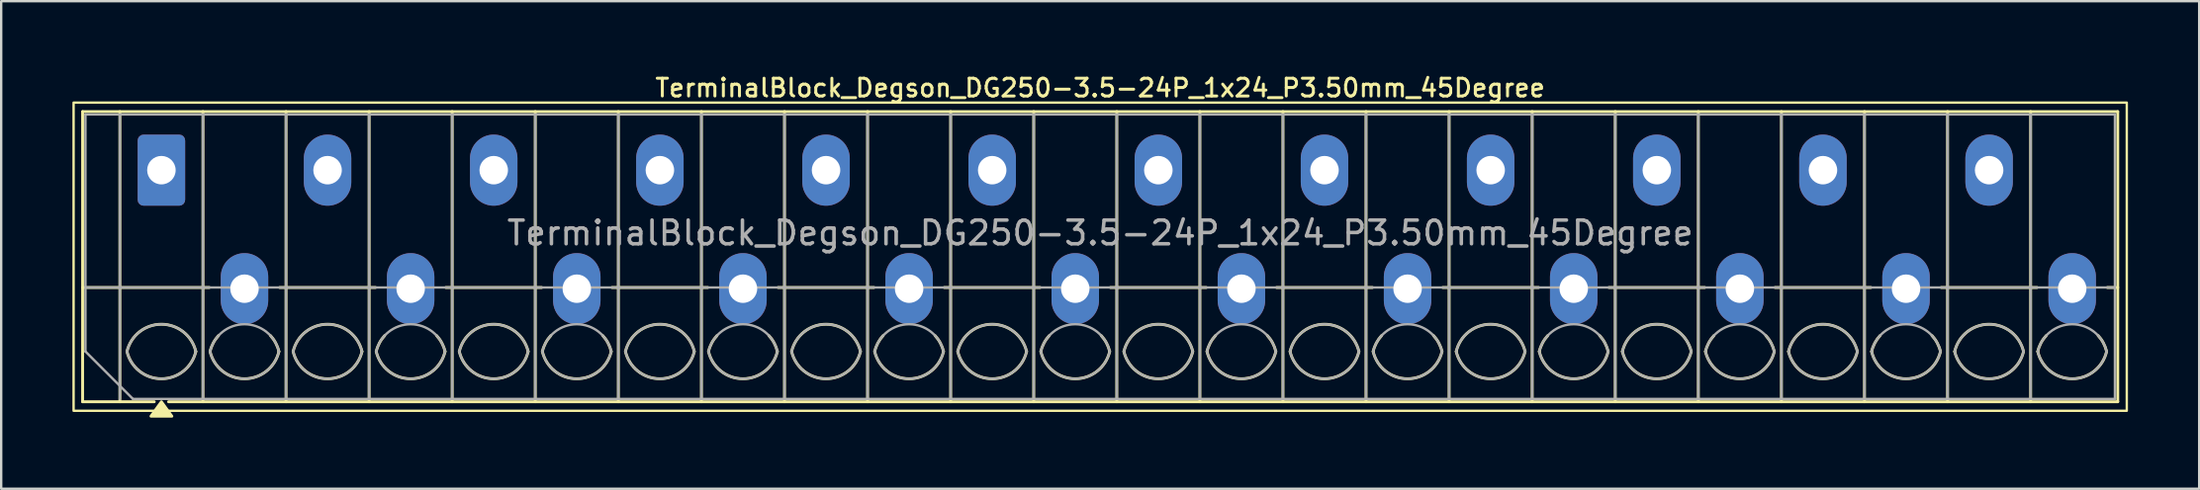
<source format=kicad_pcb>
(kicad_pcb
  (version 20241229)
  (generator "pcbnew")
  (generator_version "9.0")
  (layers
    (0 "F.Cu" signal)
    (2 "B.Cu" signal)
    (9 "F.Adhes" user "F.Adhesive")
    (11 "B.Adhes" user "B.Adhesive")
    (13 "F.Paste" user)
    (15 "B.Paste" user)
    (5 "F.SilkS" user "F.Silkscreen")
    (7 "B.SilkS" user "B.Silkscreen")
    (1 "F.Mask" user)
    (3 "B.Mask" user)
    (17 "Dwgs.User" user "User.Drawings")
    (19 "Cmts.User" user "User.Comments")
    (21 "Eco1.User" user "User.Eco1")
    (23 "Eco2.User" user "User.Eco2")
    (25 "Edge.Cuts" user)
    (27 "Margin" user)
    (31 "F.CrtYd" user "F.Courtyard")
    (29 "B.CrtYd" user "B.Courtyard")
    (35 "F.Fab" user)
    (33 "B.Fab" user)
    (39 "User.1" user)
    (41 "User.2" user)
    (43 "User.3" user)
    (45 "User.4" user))
  (footprint "TerminalBlock_Degson_DG250-3.5-24P_1x24_P3.50mm_45Degree"
    (layer "F.Cu")
    (at 3.75 4.128)
    (property "Reference" "TerminalBlock_Degson_DG250-3.5-24P_1x24_P3.50mm_45Degree" (at 39.55 -3.47 0) (layer "F.SilkS") (effects (font (size 0.75 0.75) (thickness 0.125))))
    (attr through_hole)
    (fp_line (start -3.32 -2.47) (end 82.42 -2.47) (stroke (width 0.12) (type solid)) (layer "F.SilkS"))
    (fp_line (start -3.32 4.95) (end 2.02 4.95) (stroke (width 0.12) (type solid)) (layer "F.SilkS"))
    (fp_line (start -3.32 9.77) (end -3.32 -2.47) (stroke (width 0.12) (type solid)) (layer "F.SilkS"))
    (fp_line (start -1.75 -2.47) (end -1.75 9.77) (stroke (width 0.12) (type solid)) (layer "F.SilkS"))
    (fp_line (start -0.3 9.77) (end -3.32 9.77) (stroke (width 0.12) (type solid)) (layer "F.SilkS"))
    (fp_line (start 1.75 -2.47) (end 1.75 9.77) (stroke (width 0.12) (type solid)) (layer "F.SilkS"))
    (fp_line (start 4.98 4.95) (end 9.02 4.95) (stroke (width 0.12) (type solid)) (layer "F.SilkS"))
    (fp_line (start 5.25 -2.47) (end 5.25 9.77) (stroke (width 0.12) (type solid)) (layer "F.SilkS"))
    (fp_line (start 8.75 -2.47) (end 8.75 9.77) (stroke (width 0.12) (type solid)) (layer "F.SilkS"))
    (fp_line (start 11.98 4.95) (end 16.02 4.95) (stroke (width 0.12) (type solid)) (layer "F.SilkS"))
    (fp_line (start 12.25 -2.47) (end 12.25 9.77) (stroke (width 0.12) (type solid)) (layer "F.SilkS"))
    (fp_line (start 15.75 -2.47) (end 15.75 9.77) (stroke (width 0.12) (type solid)) (layer "F.SilkS"))
    (fp_line (start 18.98 4.95) (end 23.02 4.95) (stroke (width 0.12) (type solid)) (layer "F.SilkS"))
    (fp_line (start 19.25 -2.47) (end 19.25 9.77) (stroke (width 0.12) (type solid)) (layer "F.SilkS"))
    (fp_line (start 22.75 -2.47) (end 22.75 9.77) (stroke (width 0.12) (type solid)) (layer "F.SilkS"))
    (fp_line (start 25.98 4.95) (end 30.02 4.95) (stroke (width 0.12) (type solid)) (layer "F.SilkS"))
    (fp_line (start 26.25 -2.47) (end 26.25 9.77) (stroke (width 0.12) (type solid)) (layer "F.SilkS"))
    (fp_line (start 29.75 -2.47) (end 29.75 9.77) (stroke (width 0.12) (type solid)) (layer "F.SilkS"))
    (fp_line (start 32.98 4.95) (end 37.02 4.95) (stroke (width 0.12) (type solid)) (layer "F.SilkS"))
    (fp_line (start 33.25 -2.47) (end 33.25 9.77) (stroke (width 0.12) (type solid)) (layer "F.SilkS"))
    (fp_line (start 36.75 -2.47) (end 36.75 9.77) (stroke (width 0.12) (type solid)) (layer "F.SilkS"))
    (fp_line (start 39.98 4.95) (end 44.02 4.95) (stroke (width 0.12) (type solid)) (layer "F.SilkS"))
    (fp_line (start 40.25 -2.47) (end 40.25 9.77) (stroke (width 0.12) (type solid)) (layer "F.SilkS"))
    (fp_line (start 43.75 -2.47) (end 43.75 9.77) (stroke (width 0.12) (type solid)) (layer "F.SilkS"))
    (fp_line (start 46.98 4.95) (end 51.02 4.95) (stroke (width 0.12) (type solid)) (layer "F.SilkS"))
    (fp_line (start 47.25 -2.47) (end 47.25 9.77) (stroke (width 0.12) (type solid)) (layer "F.SilkS"))
    (fp_line (start 50.75 -2.47) (end 50.75 9.77) (stroke (width 0.12) (type solid)) (layer "F.SilkS"))
    (fp_line (start 53.98 4.95) (end 58.02 4.95) (stroke (width 0.12) (type solid)) (layer "F.SilkS"))
    (fp_line (start 54.25 -2.47) (end 54.25 9.77) (stroke (width 0.12) (type solid)) (layer "F.SilkS"))
    (fp_line (start 57.75 -2.47) (end 57.75 9.77) (stroke (width 0.12) (type solid)) (layer "F.SilkS"))
    (fp_line (start 60.98 4.95) (end 65.02 4.95) (stroke (width 0.12) (type solid)) (layer "F.SilkS"))
    (fp_line (start 61.25 -2.47) (end 61.25 9.77) (stroke (width 0.12) (type solid)) (layer "F.SilkS"))
    (fp_line (start 64.75 -2.47) (end 64.75 9.77) (stroke (width 0.12) (type solid)) (layer "F.SilkS"))
    (fp_line (start 67.98 4.95) (end 72.02 4.95) (stroke (width 0.12) (type solid)) (layer "F.SilkS"))
    (fp_line (start 68.25 -2.47) (end 68.25 9.77) (stroke (width 0.12) (type solid)) (layer "F.SilkS"))
    (fp_line (start 71.75 -2.47) (end 71.75 9.77) (stroke (width 0.12) (type solid)) (layer "F.SilkS"))
    (fp_line (start 74.98 4.95) (end 79.02 4.95) (stroke (width 0.12) (type solid)) (layer "F.SilkS"))
    (fp_line (start 75.25 -2.47) (end 75.25 9.77) (stroke (width 0.12) (type solid)) (layer "F.SilkS"))
    (fp_line (start 78.75 -2.47) (end 78.75 9.77) (stroke (width 0.12) (type solid)) (layer "F.SilkS"))
    (fp_line (start 81.98 4.95) (end 82.42 4.95) (stroke (width 0.12) (type solid)) (layer "F.SilkS"))
    (fp_line (start 82.42 -2.47) (end 82.42 9.77) (stroke (width 0.12) (type solid)) (layer "F.SilkS"))
    (fp_line (start 82.42 9.77) (end 0.3 9.77) (stroke (width 0.12) (type solid)) (layer "F.SilkS"))
    (fp_rect (start -3.7 -2.85) (end 82.8 10.15) (stroke (width 0.1) (type solid)) (fill no) (layer "F.SilkS"))
    (fp_arc (start -1.45 7.65) (mid 0 6.5) (end 1.45 7.65) (stroke (width 0.12) (type solid)) (layer "F.SilkS"))
    (fp_arc (start 1.45 7.65) (mid 0 8.8) (end -1.45 7.65) (stroke (width 0.12) (type solid)) (layer "F.SilkS"))
    (fp_arc (start 2.05 7.65) (mid 2.18402 7.291962) (end 2.405 6.98) (stroke (width 0.12) (type solid)) (layer "F.SilkS"))
    (fp_arc (start 4.595 6.98) (mid 4.81598 7.291962) (end 4.95 7.65) (stroke (width 0.12) (type solid)) (layer "F.SilkS"))
    (fp_arc (start 4.95 7.65) (mid 3.5 8.8) (end 2.05 7.65) (stroke (width 0.12) (type solid)) (layer "F.SilkS"))
    (fp_arc (start 5.55 7.65) (mid 7 6.5) (end 8.45 7.65) (stroke (width 0.12) (type solid)) (layer "F.SilkS"))
    (fp_arc (start 8.45 7.65) (mid 7 8.8) (end 5.55 7.65) (stroke (width 0.12) (type solid)) (layer "F.SilkS"))
    (fp_arc (start 9.05 7.65) (mid 9.18402 7.291962) (end 9.405 6.98) (stroke (width 0.12) (type solid)) (layer "F.SilkS"))
    (fp_arc (start 11.595 6.98) (mid 11.81598 7.291962) (end 11.95 7.65) (stroke (width 0.12) (type solid)) (layer "F.SilkS"))
    (fp_arc (start 11.95 7.65) (mid 10.5 8.8) (end 9.05 7.65) (stroke (width 0.12) (type solid)) (layer "F.SilkS"))
    (fp_arc (start 12.55 7.65) (mid 14 6.5) (end 15.45 7.65) (stroke (width 0.12) (type solid)) (layer "F.SilkS"))
    (fp_arc (start 15.45 7.65) (mid 14 8.8) (end 12.55 7.65) (stroke (width 0.12) (type solid)) (layer "F.SilkS"))
    (fp_arc (start 16.05 7.65) (mid 16.18402 7.291962) (end 16.405 6.98) (stroke (width 0.12) (type solid)) (layer "F.SilkS"))
    (fp_arc (start 18.595 6.98) (mid 18.81598 7.291962) (end 18.95 7.65) (stroke (width 0.12) (type solid)) (layer "F.SilkS"))
    (fp_arc (start 18.95 7.65) (mid 17.5 8.8) (end 16.05 7.65) (stroke (width 0.12) (type solid)) (layer "F.SilkS"))
    (fp_arc (start 19.55 7.65) (mid 21 6.5) (end 22.45 7.65) (stroke (width 0.12) (type solid)) (layer "F.SilkS"))
    (fp_arc (start 22.45 7.65) (mid 21 8.8) (end 19.55 7.65) (stroke (width 0.12) (type solid)) (layer "F.SilkS"))
    (fp_arc (start 23.05 7.65) (mid 23.18402 7.291962) (end 23.405 6.98) (stroke (width 0.12) (type solid)) (layer "F.SilkS"))
    (fp_arc (start 25.595 6.98) (mid 25.81598 7.291962) (end 25.95 7.65) (stroke (width 0.12) (type solid)) (layer "F.SilkS"))
    (fp_arc (start 25.95 7.65) (mid 24.5 8.8) (end 23.05 7.65) (stroke (width 0.12) (type solid)) (layer "F.SilkS"))
    (fp_arc (start 26.55 7.65) (mid 28 6.5) (end 29.45 7.65) (stroke (width 0.12) (type solid)) (layer "F.SilkS"))
    (fp_arc (start 29.45 7.65) (mid 28 8.8) (end 26.55 7.65) (stroke (width 0.12) (type solid)) (layer "F.SilkS"))
    (fp_arc (start 30.05 7.65) (mid 30.18402 7.291962) (end 30.405 6.98) (stroke (width 0.12) (type solid)) (layer "F.SilkS"))
    (fp_arc (start 32.595 6.98) (mid 32.81598 7.291962) (end 32.95 7.65) (stroke (width 0.12) (type solid)) (layer "F.SilkS"))
    (fp_arc (start 32.95 7.65) (mid 31.5 8.8) (end 30.05 7.65) (stroke (width 0.12) (type solid)) (layer "F.SilkS"))
    (fp_arc (start 33.55 7.65) (mid 35 6.5) (end 36.45 7.65) (stroke (width 0.12) (type solid)) (layer "F.SilkS"))
    (fp_arc (start 36.45 7.65) (mid 35 8.8) (end 33.55 7.65) (stroke (width 0.12) (type solid)) (layer "F.SilkS"))
    (fp_arc (start 37.05 7.65) (mid 37.18402 7.291962) (end 37.405 6.98) (stroke (width 0.12) (type solid)) (layer "F.SilkS"))
    (fp_arc (start 39.595 6.98) (mid 39.81598 7.291962) (end 39.95 7.65) (stroke (width 0.12) (type solid)) (layer "F.SilkS"))
    (fp_arc (start 39.95 7.65) (mid 38.5 8.8) (end 37.05 7.65) (stroke (width 0.12) (type solid)) (layer "F.SilkS"))
    (fp_arc (start 40.55 7.65) (mid 42 6.5) (end 43.45 7.65) (stroke (width 0.12) (type solid)) (layer "F.SilkS"))
    (fp_arc (start 43.45 7.65) (mid 42 8.8) (end 40.55 7.65) (stroke (width 0.12) (type solid)) (layer "F.SilkS"))
    (fp_arc (start 44.05 7.65) (mid 44.18402 7.291962) (end 44.405 6.98) (stroke (width 0.12) (type solid)) (layer "F.SilkS"))
    (fp_arc (start 46.595 6.98) (mid 46.81598 7.291962) (end 46.95 7.65) (stroke (width 0.12) (type solid)) (layer "F.SilkS"))
    (fp_arc (start 46.95 7.65) (mid 45.5 8.8) (end 44.05 7.65) (stroke (width 0.12) (type solid)) (layer "F.SilkS"))
    (fp_arc (start 47.55 7.65) (mid 49 6.5) (end 50.45 7.65) (stroke (width 0.12) (type solid)) (layer "F.SilkS"))
    (fp_arc (start 50.45 7.65) (mid 49 8.8) (end 47.55 7.65) (stroke (width 0.12) (type solid)) (layer "F.SilkS"))
    (fp_arc (start 51.05 7.65) (mid 51.18402 7.291962) (end 51.405 6.98) (stroke (width 0.12) (type solid)) (layer "F.SilkS"))
    (fp_arc (start 53.595 6.98) (mid 53.81598 7.291962) (end 53.95 7.65) (stroke (width 0.12) (type solid)) (layer "F.SilkS"))
    (fp_arc (start 53.95 7.65) (mid 52.5 8.8) (end 51.05 7.65) (stroke (width 0.12) (type solid)) (layer "F.SilkS"))
    (fp_arc (start 54.55 7.65) (mid 56 6.5) (end 57.45 7.65) (stroke (width 0.12) (type solid)) (layer "F.SilkS"))
    (fp_arc (start 57.45 7.65) (mid 56 8.8) (end 54.55 7.65) (stroke (width 0.12) (type solid)) (layer "F.SilkS"))
    (fp_arc (start 58.05 7.65) (mid 58.18402 7.291962) (end 58.405 6.98) (stroke (width 0.12) (type solid)) (layer "F.SilkS"))
    (fp_arc (start 60.595 6.98) (mid 60.81598 7.291962) (end 60.95 7.65) (stroke (width 0.12) (type solid)) (layer "F.SilkS"))
    (fp_arc (start 60.95 7.65) (mid 59.5 8.8) (end 58.05 7.65) (stroke (width 0.12) (type solid)) (layer "F.SilkS"))
    (fp_arc (start 61.55 7.65) (mid 63 6.5) (end 64.45 7.65) (stroke (width 0.12) (type solid)) (layer "F.SilkS"))
    (fp_arc (start 64.45 7.65) (mid 63 8.8) (end 61.55 7.65) (stroke (width 0.12) (type solid)) (layer "F.SilkS"))
    (fp_arc (start 65.05 7.65) (mid 65.18402 7.291962) (end 65.405 6.98) (stroke (width 0.12) (type solid)) (layer "F.SilkS"))
    (fp_arc (start 67.595 6.98) (mid 67.81598 7.291962) (end 67.95 7.65) (stroke (width 0.12) (type solid)) (layer "F.SilkS"))
    (fp_arc (start 67.95 7.65) (mid 66.5 8.8) (end 65.05 7.65) (stroke (width 0.12) (type solid)) (layer "F.SilkS"))
    (fp_arc (start 68.55 7.65) (mid 70 6.5) (end 71.45 7.65) (stroke (width 0.12) (type solid)) (layer "F.SilkS"))
    (fp_arc (start 71.45 7.65) (mid 70 8.8) (end 68.55 7.65) (stroke (width 0.12) (type solid)) (layer "F.SilkS"))
    (fp_arc (start 72.05 7.65) (mid 72.18402 7.291962) (end 72.405 6.98) (stroke (width 0.12) (type solid)) (layer "F.SilkS"))
    (fp_arc (start 74.595 6.98) (mid 74.81598 7.291962) (end 74.95 7.65) (stroke (width 0.12) (type solid)) (layer "F.SilkS"))
    (fp_arc (start 74.95 7.65) (mid 73.5 8.8) (end 72.05 7.65) (stroke (width 0.12) (type solid)) (layer "F.SilkS"))
    (fp_arc (start 75.55 7.65) (mid 77 6.5) (end 78.45 7.65) (stroke (width 0.12) (type solid)) (layer "F.SilkS"))
    (fp_arc (start 78.45 7.65) (mid 77 8.8) (end 75.55 7.65) (stroke (width 0.12) (type solid)) (layer "F.SilkS"))
    (fp_arc (start 79.05 7.65) (mid 79.18402 7.291962) (end 79.405 6.98) (stroke (width 0.12) (type solid)) (layer "F.SilkS"))
    (fp_arc (start 81.595 6.98) (mid 81.81598 7.291962) (end 81.95 7.65) (stroke (width 0.12) (type solid)) (layer "F.SilkS"))
    (fp_arc (start 81.95 7.65) (mid 80.5 8.8) (end 79.05 7.65) (stroke (width 0.12) (type solid)) (layer "F.SilkS"))
    (fp_poly (pts (xy 0 9.77) (xy 0.44 10.38) (xy -0.44 10.38)) (stroke (width 0.12) (type solid)) (fill yes) (layer "F.SilkS"))
    (fp_line (start -3.2 -2.35) (end 82.3 -2.35) (stroke (width 0.1) (type solid)) (layer "F.Fab"))
    (fp_line (start -3.2 4.95) (end 82.3 4.95) (stroke (width 0.1) (type solid)) (layer "F.Fab"))
    (fp_line (start -3.2 7.65) (end -3.2 -2.35) (stroke (width 0.1) (type solid)) (layer "F.Fab"))
    (fp_line (start -1.75 -2.35) (end -1.75 9.65) (stroke (width 0.1) (type solid)) (layer "F.Fab"))
    (fp_line (start -1.2 9.65) (end -3.2 7.65) (stroke (width 0.1) (type solid)) (layer "F.Fab"))
    (fp_line (start 1.75 -2.35) (end 1.75 9.65) (stroke (width 0.1) (type solid)) (layer "F.Fab"))
    (fp_line (start 5.25 -2.35) (end 5.25 9.65) (stroke (width 0.1) (type solid)) (layer "F.Fab"))
    (fp_line (start 8.75 -2.35) (end 8.75 9.65) (stroke (width 0.1) (type solid)) (layer "F.Fab"))
    (fp_line (start 12.25 -2.35) (end 12.25 9.65) (stroke (width 0.1) (type solid)) (layer "F.Fab"))
    (fp_line (start 15.75 -2.35) (end 15.75 9.65) (stroke (width 0.1) (type solid)) (layer "F.Fab"))
    (fp_line (start 19.25 -2.35) (end 19.25 9.65) (stroke (width 0.1) (type solid)) (layer "F.Fab"))
    (fp_line (start 22.75 -2.35) (end 22.75 9.65) (stroke (width 0.1) (type solid)) (layer "F.Fab"))
    (fp_line (start 26.25 -2.35) (end 26.25 9.65) (stroke (width 0.1) (type solid)) (layer "F.Fab"))
    (fp_line (start 29.75 -2.35) (end 29.75 9.65) (stroke (width 0.1) (type solid)) (layer "F.Fab"))
    (fp_line (start 33.25 -2.35) (end 33.25 9.65) (stroke (width 0.1) (type solid)) (layer "F.Fab"))
    (fp_line (start 36.75 -2.35) (end 36.75 9.65) (stroke (width 0.1) (type solid)) (layer "F.Fab"))
    (fp_line (start 40.25 -2.35) (end 40.25 9.65) (stroke (width 0.1) (type solid)) (layer "F.Fab"))
    (fp_line (start 43.75 -2.35) (end 43.75 9.65) (stroke (width 0.1) (type solid)) (layer "F.Fab"))
    (fp_line (start 47.25 -2.35) (end 47.25 9.65) (stroke (width 0.1) (type solid)) (layer "F.Fab"))
    (fp_line (start 50.75 -2.35) (end 50.75 9.65) (stroke (width 0.1) (type solid)) (layer "F.Fab"))
    (fp_line (start 54.25 -2.35) (end 54.25 9.65) (stroke (width 0.1) (type solid)) (layer "F.Fab"))
    (fp_line (start 57.75 -2.35) (end 57.75 9.65) (stroke (width 0.1) (type solid)) (layer "F.Fab"))
    (fp_line (start 61.25 -2.35) (end 61.25 9.65) (stroke (width 0.1) (type solid)) (layer "F.Fab"))
    (fp_line (start 64.75 -2.35) (end 64.75 9.65) (stroke (width 0.1) (type solid)) (layer "F.Fab"))
    (fp_line (start 68.25 -2.35) (end 68.25 9.65) (stroke (width 0.1) (type solid)) (layer "F.Fab"))
    (fp_line (start 71.75 -2.35) (end 71.75 9.65) (stroke (width 0.1) (type solid)) (layer "F.Fab"))
    (fp_line (start 75.25 -2.35) (end 75.25 9.65) (stroke (width 0.1) (type solid)) (layer "F.Fab"))
    (fp_line (start 78.75 -2.35) (end 78.75 9.65) (stroke (width 0.1) (type solid)) (layer "F.Fab"))
    (fp_line (start 82.3 -2.35) (end 82.3 9.65) (stroke (width 0.1) (type solid)) (layer "F.Fab"))
    (fp_line (start 82.3 9.65) (end -1.2 9.65) (stroke (width 0.1) (type solid)) (layer "F.Fab"))
    (fp_arc (start -1.45 7.65) (mid 0 6.5) (end 1.45 7.65) (stroke (width 0.1) (type solid)) (layer "F.Fab"))
    (fp_arc (start 1.45 7.65) (mid 0 8.8) (end -1.45 7.65) (stroke (width 0.1) (type solid)) (layer "F.Fab"))
    (fp_arc (start 2.05 7.65) (mid 3.5 6.5) (end 4.95 7.65) (stroke (width 0.1) (type solid)) (layer "F.Fab"))
    (fp_arc (start 4.95 7.65) (mid 3.5 8.8) (end 2.05 7.65) (stroke (width 0.1) (type solid)) (layer "F.Fab"))
    (fp_arc (start 5.55 7.65) (mid 7 6.5) (end 8.45 7.65) (stroke (width 0.1) (type solid)) (layer "F.Fab"))
    (fp_arc (start 8.45 7.65) (mid 7 8.8) (end 5.55 7.65) (stroke (width 0.1) (type solid)) (layer "F.Fab"))
    (fp_arc (start 9.05 7.65) (mid 10.5 6.5) (end 11.95 7.65) (stroke (width 0.1) (type solid)) (layer "F.Fab"))
    (fp_arc (start 11.95 7.65) (mid 10.5 8.8) (end 9.05 7.65) (stroke (width 0.1) (type solid)) (layer "F.Fab"))
    (fp_arc (start 12.55 7.65) (mid 14 6.5) (end 15.45 7.65) (stroke (width 0.1) (type solid)) (layer "F.Fab"))
    (fp_arc (start 15.45 7.65) (mid 14 8.8) (end 12.55 7.65) (stroke (width 0.1) (type solid)) (layer "F.Fab"))
    (fp_arc (start 16.05 7.65) (mid 17.5 6.5) (end 18.95 7.65) (stroke (width 0.1) (type solid)) (layer "F.Fab"))
    (fp_arc (start 18.95 7.65) (mid 17.5 8.8) (end 16.05 7.65) (stroke (width 0.1) (type solid)) (layer "F.Fab"))
    (fp_arc (start 19.55 7.65) (mid 21 6.5) (end 22.45 7.65) (stroke (width 0.1) (type solid)) (layer "F.Fab"))
    (fp_arc (start 22.45 7.65) (mid 21 8.8) (end 19.55 7.65) (stroke (width 0.1) (type solid)) (layer "F.Fab"))
    (fp_arc (start 23.05 7.65) (mid 24.5 6.5) (end 25.95 7.65) (stroke (width 0.1) (type solid)) (layer "F.Fab"))
    (fp_arc (start 25.95 7.65) (mid 24.5 8.8) (end 23.05 7.65) (stroke (width 0.1) (type solid)) (layer "F.Fab"))
    (fp_arc (start 26.55 7.65) (mid 28 6.5) (end 29.45 7.65) (stroke (width 0.1) (type solid)) (layer "F.Fab"))
    (fp_arc (start 29.45 7.65) (mid 28 8.8) (end 26.55 7.65) (stroke (width 0.1) (type solid)) (layer "F.Fab"))
    (fp_arc (start 30.05 7.65) (mid 31.5 6.5) (end 32.95 7.65) (stroke (width 0.1) (type solid)) (layer "F.Fab"))
    (fp_arc (start 32.95 7.65) (mid 31.5 8.8) (end 30.05 7.65) (stroke (width 0.1) (type solid)) (layer "F.Fab"))
    (fp_arc (start 33.55 7.65) (mid 35 6.5) (end 36.45 7.65) (stroke (width 0.1) (type solid)) (layer "F.Fab"))
    (fp_arc (start 36.45 7.65) (mid 35 8.8) (end 33.55 7.65) (stroke (width 0.1) (type solid)) (layer "F.Fab"))
    (fp_arc (start 37.05 7.65) (mid 38.5 6.5) (end 39.95 7.65) (stroke (width 0.1) (type solid)) (layer "F.Fab"))
    (fp_arc (start 39.95 7.65) (mid 38.5 8.8) (end 37.05 7.65) (stroke (width 0.1) (type solid)) (layer "F.Fab"))
    (fp_arc (start 40.55 7.65) (mid 42 6.5) (end 43.45 7.65) (stroke (width 0.1) (type solid)) (layer "F.Fab"))
    (fp_arc (start 43.45 7.65) (mid 42 8.8) (end 40.55 7.65) (stroke (width 0.1) (type solid)) (layer "F.Fab"))
    (fp_arc (start 44.05 7.65) (mid 45.5 6.5) (end 46.95 7.65) (stroke (width 0.1) (type solid)) (layer "F.Fab"))
    (fp_arc (start 46.95 7.65) (mid 45.5 8.8) (end 44.05 7.65) (stroke (width 0.1) (type solid)) (layer "F.Fab"))
    (fp_arc (start 47.55 7.65) (mid 49 6.5) (end 50.45 7.65) (stroke (width 0.1) (type solid)) (layer "F.Fab"))
    (fp_arc (start 50.45 7.65) (mid 49 8.8) (end 47.55 7.65) (stroke (width 0.1) (type solid)) (layer "F.Fab"))
    (fp_arc (start 51.05 7.65) (mid 52.5 6.5) (end 53.95 7.65) (stroke (width 0.1) (type solid)) (layer "F.Fab"))
    (fp_arc (start 53.95 7.65) (mid 52.5 8.8) (end 51.05 7.65) (stroke (width 0.1) (type solid)) (layer "F.Fab"))
    (fp_arc (start 54.55 7.65) (mid 56 6.5) (end 57.45 7.65) (stroke (width 0.1) (type solid)) (layer "F.Fab"))
    (fp_arc (start 57.45 7.65) (mid 56 8.8) (end 54.55 7.65) (stroke (width 0.1) (type solid)) (layer "F.Fab"))
    (fp_arc (start 58.05 7.65) (mid 59.5 6.5) (end 60.95 7.65) (stroke (width 0.1) (type solid)) (layer "F.Fab"))
    (fp_arc (start 60.95 7.65) (mid 59.5 8.8) (end 58.05 7.65) (stroke (width 0.1) (type solid)) (layer "F.Fab"))
    (fp_arc (start 61.55 7.65) (mid 63 6.5) (end 64.45 7.65) (stroke (width 0.1) (type solid)) (layer "F.Fab"))
    (fp_arc (start 64.45 7.65) (mid 63 8.8) (end 61.55 7.65) (stroke (width 0.1) (type solid)) (layer "F.Fab"))
    (fp_arc (start 65.05 7.65) (mid 66.5 6.5) (end 67.95 7.65) (stroke (width 0.1) (type solid)) (layer "F.Fab"))
    (fp_arc (start 67.95 7.65) (mid 66.5 8.8) (end 65.05 7.65) (stroke (width 0.1) (type solid)) (layer "F.Fab"))
    (fp_arc (start 68.55 7.65) (mid 70 6.5) (end 71.45 7.65) (stroke (width 0.1) (type solid)) (layer "F.Fab"))
    (fp_arc (start 71.45 7.65) (mid 70 8.8) (end 68.55 7.65) (stroke (width 0.1) (type solid)) (layer "F.Fab"))
    (fp_arc (start 72.05 7.65) (mid 73.5 6.5) (end 74.95 7.65) (stroke (width 0.1) (type solid)) (layer "F.Fab"))
    (fp_arc (start 74.95 7.65) (mid 73.5 8.8) (end 72.05 7.65) (stroke (width 0.1) (type solid)) (layer "F.Fab"))
    (fp_arc (start 75.55 7.65) (mid 77 6.5) (end 78.45 7.65) (stroke (width 0.1) (type solid)) (layer "F.Fab"))
    (fp_arc (start 78.45 7.65) (mid 77 8.8) (end 75.55 7.65) (stroke (width 0.1) (type solid)) (layer "F.Fab"))
    (fp_arc (start 79.05 7.65) (mid 80.5 6.5) (end 81.95 7.65) (stroke (width 0.1) (type solid)) (layer "F.Fab"))
    (fp_arc (start 81.95 7.65) (mid 80.5 8.8) (end 79.05 7.65) (stroke (width 0.1) (type solid)) (layer "F.Fab"))
    (fp_text user "${REFERENCE}" (at 39.55 2.65 0) (layer "F.Fab") (effects (font (size 1 1) (thickness 0.15))))
    (pad "1" thru_hole roundrect (at 0 0) (size 2 3) (drill 1.2) (layers "*.Cu" "*.Mask") (roundrect_rratio 0.125))
    (pad "2" thru_hole oval (at 3.5 5) (size 2 3) (drill 1.2) (layers "*.Cu" "*.Mask"))
    (pad "3" thru_hole oval (at 7 0) (size 2 3) (drill 1.2) (layers "*.Cu" "*.Mask"))
    (pad "4" thru_hole oval (at 10.5 5) (size 2 3) (drill 1.2) (layers "*.Cu" "*.Mask"))
    (pad "5" thru_hole oval (at 14 0) (size 2 3) (drill 1.2) (layers "*.Cu" "*.Mask"))
    (pad "6" thru_hole oval (at 17.5 5) (size 2 3) (drill 1.2) (layers "*.Cu" "*.Mask"))
    (pad "7" thru_hole oval (at 21 0) (size 2 3) (drill 1.2) (layers "*.Cu" "*.Mask"))
    (pad "8" thru_hole oval (at 24.5 5) (size 2 3) (drill 1.2) (layers "*.Cu" "*.Mask"))
    (pad "9" thru_hole oval (at 28 0) (size 2 3) (drill 1.2) (layers "*.Cu" "*.Mask"))
    (pad "10" thru_hole oval (at 31.5 5) (size 2 3) (drill 1.2) (layers "*.Cu" "*.Mask"))
    (pad "11" thru_hole oval (at 35 0) (size 2 3) (drill 1.2) (layers "*.Cu" "*.Mask"))
    (pad "12" thru_hole oval (at 38.5 5) (size 2 3) (drill 1.2) (layers "*.Cu" "*.Mask"))
    (pad "13" thru_hole oval (at 42 0) (size 2 3) (drill 1.2) (layers "*.Cu" "*.Mask"))
    (pad "14" thru_hole oval (at 45.5 5) (size 2 3) (drill 1.2) (layers "*.Cu" "*.Mask"))
    (pad "15" thru_hole oval (at 49 0) (size 2 3) (drill 1.2) (layers "*.Cu" "*.Mask"))
    (pad "16" thru_hole oval (at 52.5 5) (size 2 3) (drill 1.2) (layers "*.Cu" "*.Mask"))
    (pad "17" thru_hole oval (at 56 0) (size 2 3) (drill 1.2) (layers "*.Cu" "*.Mask"))
    (pad "18" thru_hole oval (at 59.5 5) (size 2 3) (drill 1.2) (layers "*.Cu" "*.Mask"))
    (pad "19" thru_hole oval (at 63 0) (size 2 3) (drill 1.2) (layers "*.Cu" "*.Mask"))
    (pad "20" thru_hole oval (at 66.5 5) (size 2 3) (drill 1.2) (layers "*.Cu" "*.Mask"))
    (pad "21" thru_hole oval (at 70 0) (size 2 3) (drill 1.2) (layers "*.Cu" "*.Mask"))
    (pad "22" thru_hole oval (at 73.5 5) (size 2 3) (drill 1.2) (layers "*.Cu" "*.Mask"))
    (pad "23" thru_hole oval (at 77 0) (size 2 3) (drill 1.2) (layers "*.Cu" "*.Mask"))
    (pad "24" thru_hole oval (at 80.5 5) (size 2 3) (drill 1.2) (layers "*.Cu" "*.Mask")))
  (gr_rect
    (start -3 -3)
    (end 89.6 17.568)
    (stroke (width 0.1) (type default))
    (fill no)
    (layer "Edge.Cuts")))
</source>
